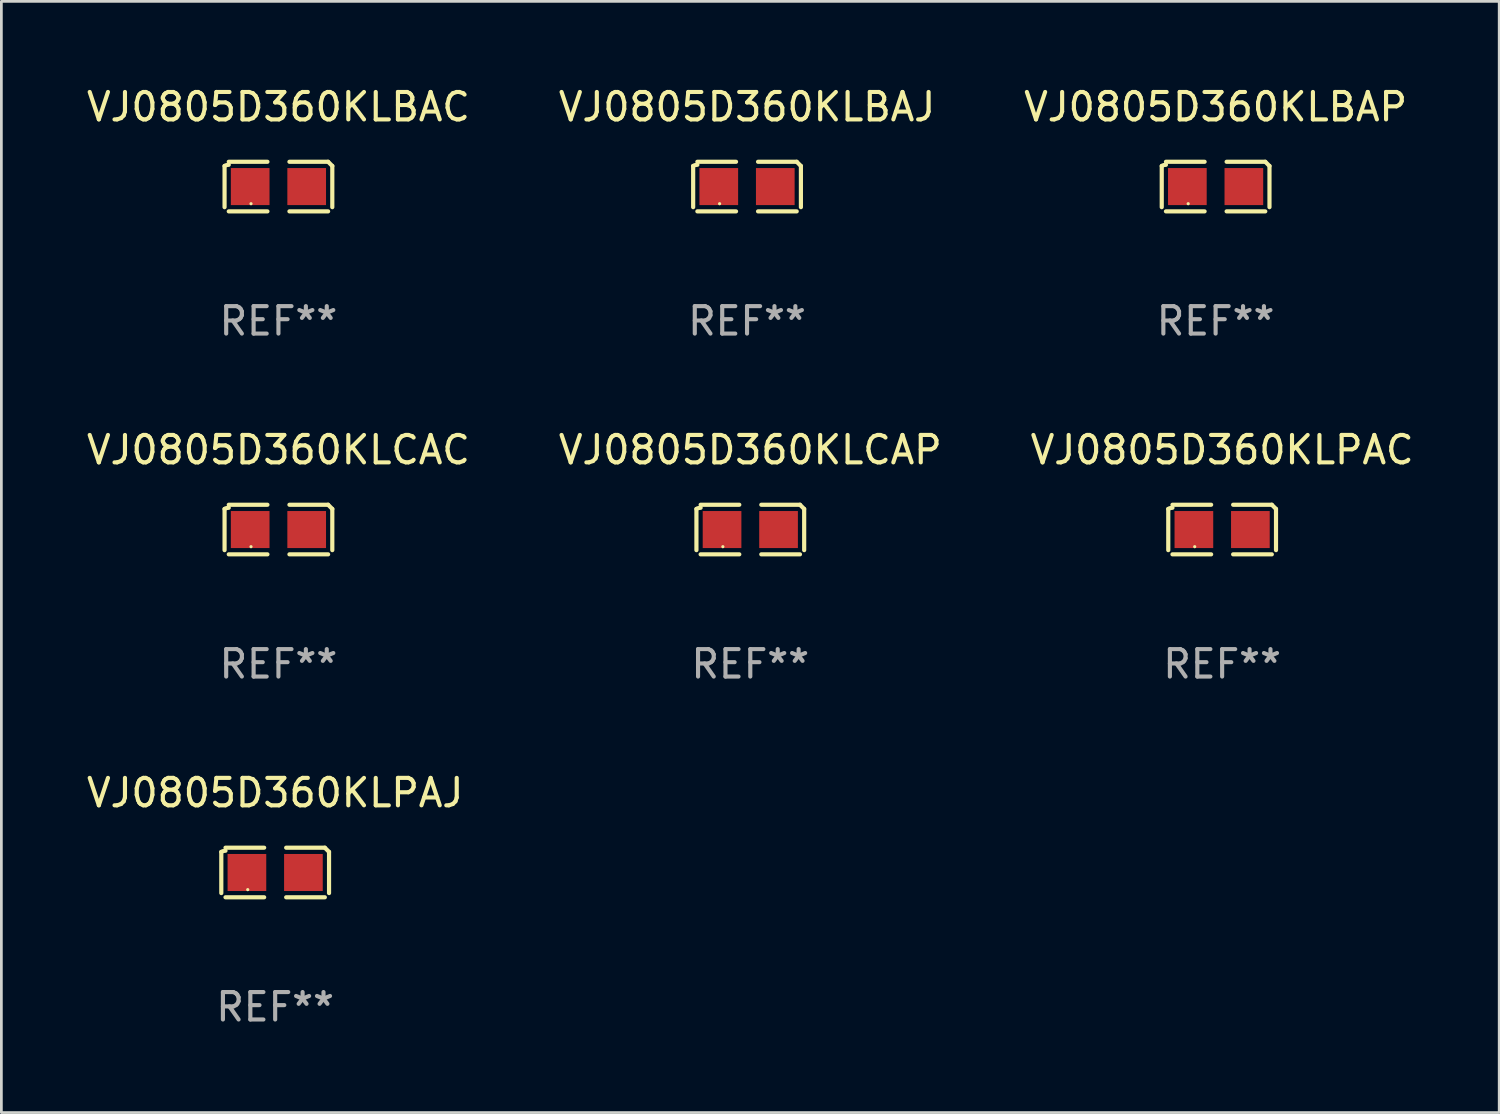
<source format=kicad_pcb>
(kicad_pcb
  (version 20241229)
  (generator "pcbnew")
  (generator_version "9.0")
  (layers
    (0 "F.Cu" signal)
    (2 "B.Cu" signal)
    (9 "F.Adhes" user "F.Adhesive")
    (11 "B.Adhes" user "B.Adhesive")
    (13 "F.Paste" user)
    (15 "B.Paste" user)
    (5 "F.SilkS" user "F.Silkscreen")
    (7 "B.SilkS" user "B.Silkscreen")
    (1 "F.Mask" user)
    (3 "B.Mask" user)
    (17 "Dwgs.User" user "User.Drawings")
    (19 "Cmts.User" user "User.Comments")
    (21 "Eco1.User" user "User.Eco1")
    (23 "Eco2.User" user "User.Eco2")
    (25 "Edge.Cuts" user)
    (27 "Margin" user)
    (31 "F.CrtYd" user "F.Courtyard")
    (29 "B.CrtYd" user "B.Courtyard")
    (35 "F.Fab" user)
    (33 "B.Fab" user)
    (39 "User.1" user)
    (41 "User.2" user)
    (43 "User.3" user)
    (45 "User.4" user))
  (footprint "VJ0805D360KLPAJ"
    (layer "F.Cu")
    (at 6.982 28.759)
    (property "Reference" "VJ0805D360KLPAJ" (at 0 -2.904 0) (layer "F.SilkS") (effects (font (size 1 1) (thickness 0.15))))
    (attr through_hole)
    (fp_line (start -1.964 0.751) (end -1.964 -0.751) (stroke (width 0.152) (type solid)) (layer "F.SilkS"))
    (fp_line (start -1.811 -0.904) (end -0.401 -0.904) (stroke (width 0.152) (type solid)) (layer "F.SilkS"))
    (fp_line (start -0.401 0.904) (end -1.811 0.904) (stroke (width 0.152) (type solid)) (layer "F.SilkS"))
    (fp_line (start 0.401 0.904) (end 1.811 0.904) (stroke (width 0.152) (type solid)) (layer "F.SilkS"))
    (fp_line (start 1.811 -0.904) (end 0.401 -0.904) (stroke (width 0.152) (type solid)) (layer "F.SilkS"))
    (fp_line (start 1.964 0.751) (end 1.964 -0.751) (stroke (width 0.152) (type solid)) (layer "F.SilkS"))
    (fp_arc (start -1.963602 -0.751207) (mid -1.890354 -0.783131) (end -1.811201 -0.794044) (stroke (width 0.1524) (type solid)) (layer "F.SilkS"))
    (fp_arc (start 1.811202 -0.903607) (mid 1.887413 -0.827418) (end 1.963602 -0.751207) (stroke (width 0.1524) (type solid)) (layer "F.SilkS"))
    (fp_circle (center -1 0.625) (end -0.97 0.625) (stroke (width 0.06) (type solid)) (fill no) (layer "F.SilkS"))
    (fp_text user "REF**" (at 0 4.904 0) (layer "F.Fab") (effects (font (size 1 1) (thickness 0.15))))
    (pad "1" smd rect (at -1.03 0) (size 1.41 1.35) (layers "F.Cu" "F.Mask" "F.Paste"))
    (pad "2" smd rect (at 1.03 0) (size 1.41 1.35) (layers "F.Cu" "F.Mask" "F.Paste")))
  (footprint "VJ0805D360KLCAC"
    (layer "F.Cu")
    (at 7.101 16.256)
    (property "Reference" "VJ0805D360KLCAC" (at 0 -2.904 0) (layer "F.SilkS") (effects (font (size 1 1) (thickness 0.15))))
    (attr through_hole)
    (fp_line (start -1.964 0.751) (end -1.964 -0.751) (stroke (width 0.152) (type solid)) (layer "F.SilkS"))
    (fp_line (start -1.811 -0.904) (end -0.401 -0.904) (stroke (width 0.152) (type solid)) (layer "F.SilkS"))
    (fp_line (start -0.401 0.904) (end -1.811 0.904) (stroke (width 0.152) (type solid)) (layer "F.SilkS"))
    (fp_line (start 0.401 0.904) (end 1.811 0.904) (stroke (width 0.152) (type solid)) (layer "F.SilkS"))
    (fp_line (start 1.811 -0.904) (end 0.401 -0.904) (stroke (width 0.152) (type solid)) (layer "F.SilkS"))
    (fp_line (start 1.964 0.751) (end 1.964 -0.751) (stroke (width 0.152) (type solid)) (layer "F.SilkS"))
    (fp_arc (start -1.963602 -0.751207) (mid -1.890354 -0.783131) (end -1.811201 -0.794044) (stroke (width 0.1524) (type solid)) (layer "F.SilkS"))
    (fp_arc (start 1.811202 -0.903607) (mid 1.887413 -0.827418) (end 1.963602 -0.751207) (stroke (width 0.1524) (type solid)) (layer "F.SilkS"))
    (fp_circle (center -1 0.625) (end -0.97 0.625) (stroke (width 0.06) (type solid)) (fill no) (layer "F.SilkS"))
    (fp_text user "REF**" (at 0 4.904 0) (layer "F.Fab") (effects (font (size 1 1) (thickness 0.15))))
    (pad "1" smd rect (at -1.03 0) (size 1.41 1.35) (layers "F.Cu" "F.Mask" "F.Paste"))
    (pad "2" smd rect (at 1.03 0) (size 1.41 1.35) (layers "F.Cu" "F.Mask" "F.Paste")))
  (footprint "VJ0805D360KLBAC"
    (layer "F.Cu")
    (at 7.101 3.752)
    (property "Reference" "VJ0805D360KLBAC" (at 0 -2.904 0) (layer "F.SilkS") (effects (font (size 1 1) (thickness 0.15))))
    (attr through_hole)
    (fp_line (start -1.964 0.751) (end -1.964 -0.751) (stroke (width 0.152) (type solid)) (layer "F.SilkS"))
    (fp_line (start -1.811 -0.904) (end -0.401 -0.904) (stroke (width 0.152) (type solid)) (layer "F.SilkS"))
    (fp_line (start -0.401 0.904) (end -1.811 0.904) (stroke (width 0.152) (type solid)) (layer "F.SilkS"))
    (fp_line (start 0.401 0.904) (end 1.811 0.904) (stroke (width 0.152) (type solid)) (layer "F.SilkS"))
    (fp_line (start 1.811 -0.904) (end 0.401 -0.904) (stroke (width 0.152) (type solid)) (layer "F.SilkS"))
    (fp_line (start 1.964 0.751) (end 1.964 -0.751) (stroke (width 0.152) (type solid)) (layer "F.SilkS"))
    (fp_arc (start -1.963602 -0.751207) (mid -1.890354 -0.783131) (end -1.811201 -0.794044) (stroke (width 0.1524) (type solid)) (layer "F.SilkS"))
    (fp_arc (start 1.811202 -0.903607) (mid 1.887413 -0.827418) (end 1.963602 -0.751207) (stroke (width 0.1524) (type solid)) (layer "F.SilkS"))
    (fp_circle (center -1 0.625) (end -0.97 0.625) (stroke (width 0.06) (type solid)) (fill no) (layer "F.SilkS"))
    (fp_text user "REF**" (at 0 4.904 0) (layer "F.Fab") (effects (font (size 1 1) (thickness 0.15))))
    (pad "1" smd rect (at -1.03 0) (size 1.41 1.35) (layers "F.Cu" "F.Mask" "F.Paste"))
    (pad "2" smd rect (at 1.03 0) (size 1.41 1.35) (layers "F.Cu" "F.Mask" "F.Paste")))
  (footprint "VJ0805D360KLCAP"
    (layer "F.Cu")
    (at 24.304 16.256)
    (property "Reference" "VJ0805D360KLCAP" (at 0 -2.904 0) (layer "F.SilkS") (effects (font (size 1 1) (thickness 0.15))))
    (attr through_hole)
    (fp_line (start -1.964 0.751) (end -1.964 -0.751) (stroke (width 0.152) (type solid)) (layer "F.SilkS"))
    (fp_line (start -1.811 -0.904) (end -0.401 -0.904) (stroke (width 0.152) (type solid)) (layer "F.SilkS"))
    (fp_line (start -0.401 0.904) (end -1.811 0.904) (stroke (width 0.152) (type solid)) (layer "F.SilkS"))
    (fp_line (start 0.401 0.904) (end 1.811 0.904) (stroke (width 0.152) (type solid)) (layer "F.SilkS"))
    (fp_line (start 1.811 -0.904) (end 0.401 -0.904) (stroke (width 0.152) (type solid)) (layer "F.SilkS"))
    (fp_line (start 1.964 0.751) (end 1.964 -0.751) (stroke (width 0.152) (type solid)) (layer "F.SilkS"))
    (fp_arc (start -1.963602 -0.751207) (mid -1.890354 -0.783131) (end -1.811201 -0.794044) (stroke (width 0.1524) (type solid)) (layer "F.SilkS"))
    (fp_arc (start 1.811202 -0.903607) (mid 1.887413 -0.827418) (end 1.963602 -0.751207) (stroke (width 0.1524) (type solid)) (layer "F.SilkS"))
    (fp_circle (center -1 0.625) (end -0.97 0.625) (stroke (width 0.06) (type solid)) (fill no) (layer "F.SilkS"))
    (fp_text user "REF**" (at 0 4.904 0) (layer "F.Fab") (effects (font (size 1 1) (thickness 0.15))))
    (pad "1" smd rect (at -1.03 0) (size 1.41 1.35) (layers "F.Cu" "F.Mask" "F.Paste"))
    (pad "2" smd rect (at 1.03 0) (size 1.41 1.35) (layers "F.Cu" "F.Mask" "F.Paste")))
  (footprint "VJ0805D360KLBAP"
    (layer "F.Cu")
    (at 41.268 3.752)
    (property "Reference" "VJ0805D360KLBAP" (at 0 -2.904 0) (layer "F.SilkS") (effects (font (size 1 1) (thickness 0.15))))
    (attr through_hole)
    (fp_line (start -1.964 0.751) (end -1.964 -0.751) (stroke (width 0.152) (type solid)) (layer "F.SilkS"))
    (fp_line (start -1.811 -0.904) (end -0.401 -0.904) (stroke (width 0.152) (type solid)) (layer "F.SilkS"))
    (fp_line (start -0.401 0.904) (end -1.811 0.904) (stroke (width 0.152) (type solid)) (layer "F.SilkS"))
    (fp_line (start 0.401 0.904) (end 1.811 0.904) (stroke (width 0.152) (type solid)) (layer "F.SilkS"))
    (fp_line (start 1.811 -0.904) (end 0.401 -0.904) (stroke (width 0.152) (type solid)) (layer "F.SilkS"))
    (fp_line (start 1.964 0.751) (end 1.964 -0.751) (stroke (width 0.152) (type solid)) (layer "F.SilkS"))
    (fp_arc (start -1.963602 -0.751207) (mid -1.890354 -0.783131) (end -1.811201 -0.794044) (stroke (width 0.1524) (type solid)) (layer "F.SilkS"))
    (fp_arc (start 1.811202 -0.903607) (mid 1.887413 -0.827418) (end 1.963602 -0.751207) (stroke (width 0.1524) (type solid)) (layer "F.SilkS"))
    (fp_circle (center -1 0.625) (end -0.97 0.625) (stroke (width 0.06) (type solid)) (fill no) (layer "F.SilkS"))
    (fp_text user "REF**" (at 0 4.904 0) (layer "F.Fab") (effects (font (size 1 1) (thickness 0.15))))
    (pad "1" smd rect (at -1.03 0) (size 1.41 1.35) (layers "F.Cu" "F.Mask" "F.Paste"))
    (pad "2" smd rect (at 1.03 0) (size 1.41 1.35) (layers "F.Cu" "F.Mask" "F.Paste")))
  (footprint "VJ0805D360KLBAJ"
    (layer "F.Cu")
    (at 24.185 3.752)
    (property "Reference" "VJ0805D360KLBAJ" (at 0 -2.904 0) (layer "F.SilkS") (effects (font (size 1 1) (thickness 0.15))))
    (attr through_hole)
    (fp_line (start -1.964 0.751) (end -1.964 -0.751) (stroke (width 0.152) (type solid)) (layer "F.SilkS"))
    (fp_line (start -1.811 -0.904) (end -0.401 -0.904) (stroke (width 0.152) (type solid)) (layer "F.SilkS"))
    (fp_line (start -0.401 0.904) (end -1.811 0.904) (stroke (width 0.152) (type solid)) (layer "F.SilkS"))
    (fp_line (start 0.401 0.904) (end 1.811 0.904) (stroke (width 0.152) (type solid)) (layer "F.SilkS"))
    (fp_line (start 1.811 -0.904) (end 0.401 -0.904) (stroke (width 0.152) (type solid)) (layer "F.SilkS"))
    (fp_line (start 1.964 0.751) (end 1.964 -0.751) (stroke (width 0.152) (type solid)) (layer "F.SilkS"))
    (fp_arc (start -1.963602 -0.751207) (mid -1.890354 -0.783131) (end -1.811201 -0.794044) (stroke (width 0.1524) (type solid)) (layer "F.SilkS"))
    (fp_arc (start 1.811202 -0.903607) (mid 1.887413 -0.827418) (end 1.963602 -0.751207) (stroke (width 0.1524) (type solid)) (layer "F.SilkS"))
    (fp_circle (center -1 0.625) (end -0.97 0.625) (stroke (width 0.06) (type solid)) (fill no) (layer "F.SilkS"))
    (fp_text user "REF**" (at 0 4.904 0) (layer "F.Fab") (effects (font (size 1 1) (thickness 0.15))))
    (pad "1" smd rect (at -1.03 0) (size 1.41 1.35) (layers "F.Cu" "F.Mask" "F.Paste"))
    (pad "2" smd rect (at 1.03 0) (size 1.41 1.35) (layers "F.Cu" "F.Mask" "F.Paste")))
  (footprint "VJ0805D360KLPAC"
    (layer "F.Cu")
    (at 41.506 16.256)
    (property "Reference" "VJ0805D360KLPAC" (at 0 -2.904 0) (layer "F.SilkS") (effects (font (size 1 1) (thickness 0.15))))
    (attr through_hole)
    (fp_line (start -1.964 0.751) (end -1.964 -0.751) (stroke (width 0.152) (type solid)) (layer "F.SilkS"))
    (fp_line (start -1.811 -0.904) (end -0.401 -0.904) (stroke (width 0.152) (type solid)) (layer "F.SilkS"))
    (fp_line (start -0.401 0.904) (end -1.811 0.904) (stroke (width 0.152) (type solid)) (layer "F.SilkS"))
    (fp_line (start 0.401 0.904) (end 1.811 0.904) (stroke (width 0.152) (type solid)) (layer "F.SilkS"))
    (fp_line (start 1.811 -0.904) (end 0.401 -0.904) (stroke (width 0.152) (type solid)) (layer "F.SilkS"))
    (fp_line (start 1.964 0.751) (end 1.964 -0.751) (stroke (width 0.152) (type solid)) (layer "F.SilkS"))
    (fp_arc (start -1.963602 -0.751207) (mid -1.890354 -0.783131) (end -1.811201 -0.794044) (stroke (width 0.1524) (type solid)) (layer "F.SilkS"))
    (fp_arc (start 1.811202 -0.903607) (mid 1.887413 -0.827418) (end 1.963602 -0.751207) (stroke (width 0.1524) (type solid)) (layer "F.SilkS"))
    (fp_circle (center -1 0.625) (end -0.97 0.625) (stroke (width 0.06) (type solid)) (fill no) (layer "F.SilkS"))
    (fp_text user "REF**" (at 0 4.904 0) (layer "F.Fab") (effects (font (size 1 1) (thickness 0.15))))
    (pad "1" smd rect (at -1.03 0) (size 1.41 1.35) (layers "F.Cu" "F.Mask" "F.Paste"))
    (pad "2" smd rect (at 1.03 0) (size 1.41 1.35) (layers "F.Cu" "F.Mask" "F.Paste")))
  (gr_rect
    (start -3 -3)
    (end 51.607 37.511)
    (stroke (width 0.1) (type default))
    (fill no)
    (layer "Edge.Cuts")))
</source>
